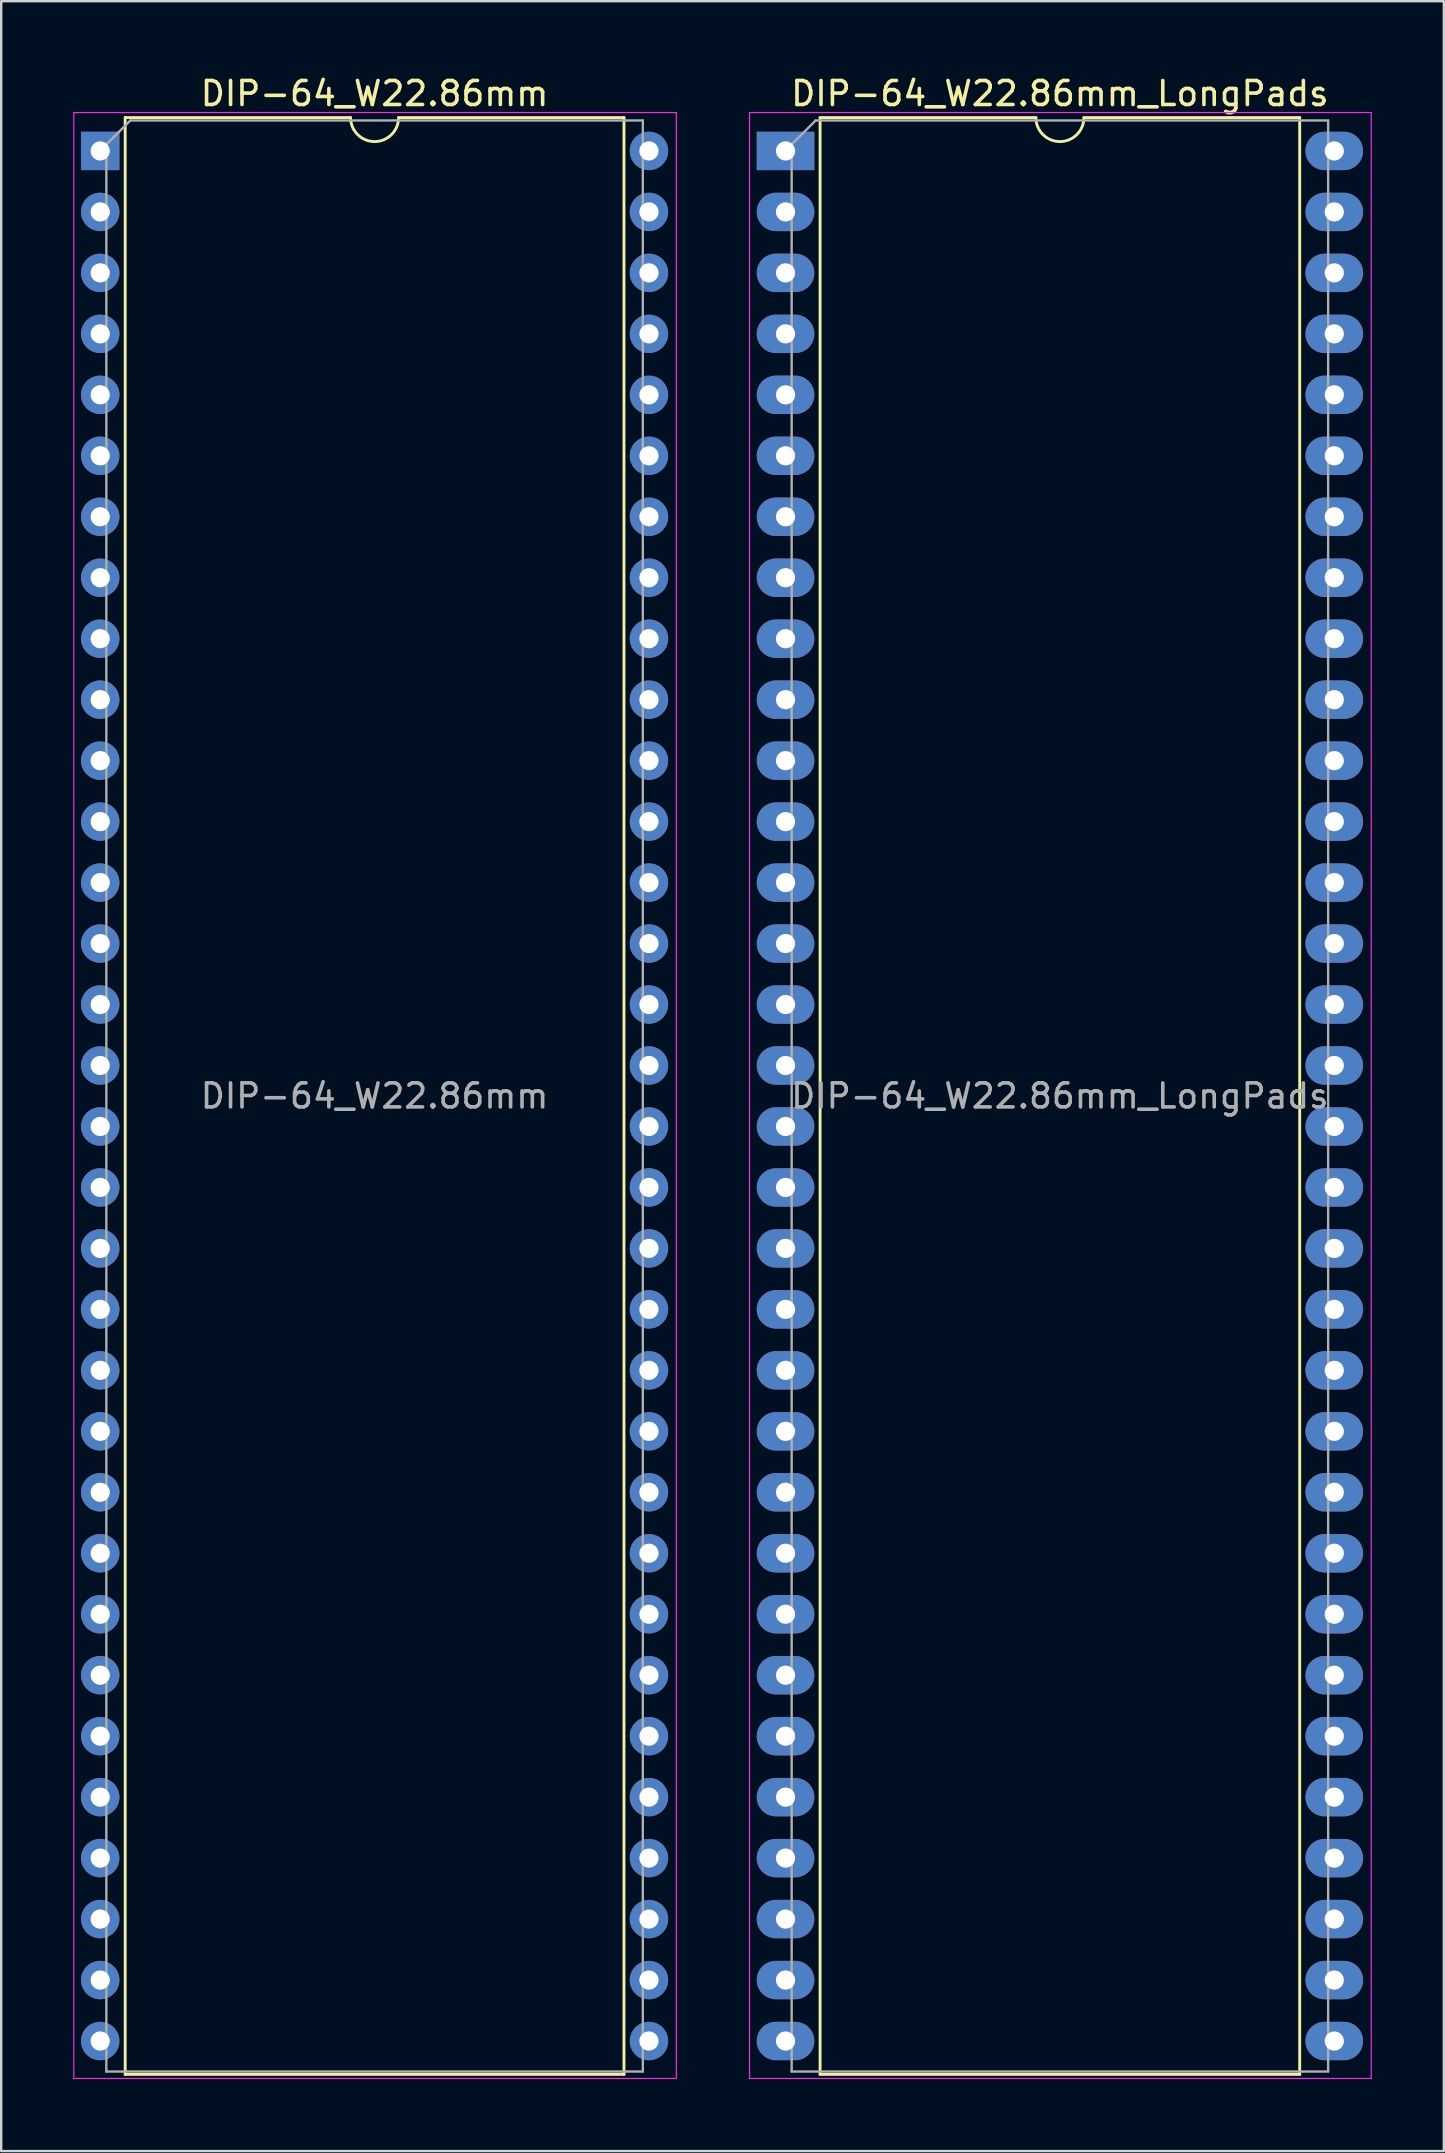
<source format=kicad_pcb>
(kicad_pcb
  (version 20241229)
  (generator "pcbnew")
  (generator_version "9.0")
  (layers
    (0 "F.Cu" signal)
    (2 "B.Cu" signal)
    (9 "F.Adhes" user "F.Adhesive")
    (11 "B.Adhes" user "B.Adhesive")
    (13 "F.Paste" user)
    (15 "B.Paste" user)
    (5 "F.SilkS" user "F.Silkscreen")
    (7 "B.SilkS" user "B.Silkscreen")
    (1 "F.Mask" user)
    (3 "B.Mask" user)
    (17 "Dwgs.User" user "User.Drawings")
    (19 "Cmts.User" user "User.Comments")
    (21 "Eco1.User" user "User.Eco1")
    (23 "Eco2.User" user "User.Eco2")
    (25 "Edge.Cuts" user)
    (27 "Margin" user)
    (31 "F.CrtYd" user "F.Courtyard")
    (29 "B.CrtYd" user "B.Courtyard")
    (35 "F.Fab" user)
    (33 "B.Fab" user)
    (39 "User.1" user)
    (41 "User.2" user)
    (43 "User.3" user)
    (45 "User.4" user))
  (footprint "DIP-64_W22.86mm"
    (layer "F.Cu")
    (at 1.125 3.238)
    (property "Reference" "DIP-64_W22.86mm" (at 11.43 -2.39 0) (layer "F.SilkS") (effects (font (size 1 1) (thickness 0.15))))
    (attr through_hole)
    (fp_line (start 1.04 -1.39) (end 1.04 80.13) (stroke (width 0.12) (type solid)) (layer "F.SilkS"))
    (fp_line (start 1.04 80.13) (end 21.82 80.13) (stroke (width 0.12) (type solid)) (layer "F.SilkS"))
    (fp_line (start 10.43 -1.39) (end 1.04 -1.39) (stroke (width 0.12) (type solid)) (layer "F.SilkS"))
    (fp_line (start 21.82 -1.39) (end 12.43 -1.39) (stroke (width 0.12) (type solid)) (layer "F.SilkS"))
    (fp_line (start 21.82 80.13) (end 21.82 -1.39) (stroke (width 0.12) (type solid)) (layer "F.SilkS"))
    (fp_arc (start 12.43 -1.39) (mid 11.43 -0.39) (end 10.43 -1.39) (stroke (width 0.12) (type solid)) (layer "F.SilkS"))
    (fp_line (start -1.1 -1.6) (end -1.1 80.3) (stroke (width 0.05) (type solid)) (layer "F.CrtYd"))
    (fp_line (start -1.1 80.3) (end 24 80.3) (stroke (width 0.05) (type solid)) (layer "F.CrtYd"))
    (fp_line (start 24 -1.6) (end -1.1 -1.6) (stroke (width 0.05) (type solid)) (layer "F.CrtYd"))
    (fp_line (start 24 80.3) (end 24 -1.6) (stroke (width 0.05) (type solid)) (layer "F.CrtYd"))
    (fp_line (start 0.255 -0.27) (end 1.255 -1.27) (stroke (width 0.1) (type solid)) (layer "F.Fab"))
    (fp_line (start 0.255 80.01) (end 0.255 -0.27) (stroke (width 0.1) (type solid)) (layer "F.Fab"))
    (fp_line (start 1.255 -1.27) (end 22.605 -1.27) (stroke (width 0.1) (type solid)) (layer "F.Fab"))
    (fp_line (start 22.605 -1.27) (end 22.605 80.01) (stroke (width 0.1) (type solid)) (layer "F.Fab"))
    (fp_line (start 22.605 80.01) (end 0.255 80.01) (stroke (width 0.1) (type solid)) (layer "F.Fab"))
    (fp_text user "${REFERENCE}" (at 11.43 39.37 0) (layer "F.Fab") (effects (font (size 1 1) (thickness 0.15))))
    (pad "1" thru_hole rect (at 0 0) (size 1.6 1.6) (drill 0.8) (layers "*.Cu" "*.Mask"))
    (pad "2" thru_hole oval (at 0 2.54) (size 1.6 1.6) (drill 0.8) (layers "*.Cu" "*.Mask"))
    (pad "3" thru_hole oval (at 0 5.08) (size 1.6 1.6) (drill 0.8) (layers "*.Cu" "*.Mask"))
    (pad "4" thru_hole oval (at 0 7.62) (size 1.6 1.6) (drill 0.8) (layers "*.Cu" "*.Mask"))
    (pad "5" thru_hole oval (at 0 10.16) (size 1.6 1.6) (drill 0.8) (layers "*.Cu" "*.Mask"))
    (pad "6" thru_hole oval (at 0 12.7) (size 1.6 1.6) (drill 0.8) (layers "*.Cu" "*.Mask"))
    (pad "7" thru_hole oval (at 0 15.24) (size 1.6 1.6) (drill 0.8) (layers "*.Cu" "*.Mask"))
    (pad "8" thru_hole oval (at 0 17.78) (size 1.6 1.6) (drill 0.8) (layers "*.Cu" "*.Mask"))
    (pad "9" thru_hole oval (at 0 20.32) (size 1.6 1.6) (drill 0.8) (layers "*.Cu" "*.Mask"))
    (pad "10" thru_hole oval (at 0 22.86) (size 1.6 1.6) (drill 0.8) (layers "*.Cu" "*.Mask"))
    (pad "11" thru_hole oval (at 0 25.4) (size 1.6 1.6) (drill 0.8) (layers "*.Cu" "*.Mask"))
    (pad "12" thru_hole oval (at 0 27.94) (size 1.6 1.6) (drill 0.8) (layers "*.Cu" "*.Mask"))
    (pad "13" thru_hole oval (at 0 30.48) (size 1.6 1.6) (drill 0.8) (layers "*.Cu" "*.Mask"))
    (pad "14" thru_hole oval (at 0 33.02) (size 1.6 1.6) (drill 0.8) (layers "*.Cu" "*.Mask"))
    (pad "15" thru_hole oval (at 0 35.56) (size 1.6 1.6) (drill 0.8) (layers "*.Cu" "*.Mask"))
    (pad "16" thru_hole oval (at 0 38.1) (size 1.6 1.6) (drill 0.8) (layers "*.Cu" "*.Mask"))
    (pad "17" thru_hole oval (at 0 40.64) (size 1.6 1.6) (drill 0.8) (layers "*.Cu" "*.Mask"))
    (pad "18" thru_hole oval (at 0 43.18) (size 1.6 1.6) (drill 0.8) (layers "*.Cu" "*.Mask"))
    (pad "19" thru_hole oval (at 0 45.72) (size 1.6 1.6) (drill 0.8) (layers "*.Cu" "*.Mask"))
    (pad "20" thru_hole oval (at 0 48.26) (size 1.6 1.6) (drill 0.8) (layers "*.Cu" "*.Mask"))
    (pad "21" thru_hole oval (at 0 50.8) (size 1.6 1.6) (drill 0.8) (layers "*.Cu" "*.Mask"))
    (pad "22" thru_hole oval (at 0 53.34) (size 1.6 1.6) (drill 0.8) (layers "*.Cu" "*.Mask"))
    (pad "23" thru_hole oval (at 0 55.88) (size 1.6 1.6) (drill 0.8) (layers "*.Cu" "*.Mask"))
    (pad "24" thru_hole oval (at 0 58.42) (size 1.6 1.6) (drill 0.8) (layers "*.Cu" "*.Mask"))
    (pad "25" thru_hole oval (at 0 60.96) (size 1.6 1.6) (drill 0.8) (layers "*.Cu" "*.Mask"))
    (pad "26" thru_hole oval (at 0 63.5) (size 1.6 1.6) (drill 0.8) (layers "*.Cu" "*.Mask"))
    (pad "27" thru_hole oval (at 0 66.04) (size 1.6 1.6) (drill 0.8) (layers "*.Cu" "*.Mask"))
    (pad "28" thru_hole oval (at 0 68.58) (size 1.6 1.6) (drill 0.8) (layers "*.Cu" "*.Mask"))
    (pad "29" thru_hole oval (at 0 71.12) (size 1.6 1.6) (drill 0.8) (layers "*.Cu" "*.Mask"))
    (pad "30" thru_hole oval (at 0 73.66) (size 1.6 1.6) (drill 0.8) (layers "*.Cu" "*.Mask"))
    (pad "31" thru_hole oval (at 0 76.2) (size 1.6 1.6) (drill 0.8) (layers "*.Cu" "*.Mask"))
    (pad "32" thru_hole oval (at 0 78.74) (size 1.6 1.6) (drill 0.8) (layers "*.Cu" "*.Mask"))
    (pad "33" thru_hole oval (at 22.86 78.74) (size 1.6 1.6) (drill 0.8) (layers "*.Cu" "*.Mask"))
    (pad "34" thru_hole oval (at 22.86 76.2) (size 1.6 1.6) (drill 0.8) (layers "*.Cu" "*.Mask"))
    (pad "35" thru_hole oval (at 22.86 73.66) (size 1.6 1.6) (drill 0.8) (layers "*.Cu" "*.Mask"))
    (pad "36" thru_hole oval (at 22.86 71.12) (size 1.6 1.6) (drill 0.8) (layers "*.Cu" "*.Mask"))
    (pad "37" thru_hole oval (at 22.86 68.58) (size 1.6 1.6) (drill 0.8) (layers "*.Cu" "*.Mask"))
    (pad "38" thru_hole oval (at 22.86 66.04) (size 1.6 1.6) (drill 0.8) (layers "*.Cu" "*.Mask"))
    (pad "39" thru_hole oval (at 22.86 63.5) (size 1.6 1.6) (drill 0.8) (layers "*.Cu" "*.Mask"))
    (pad "40" thru_hole oval (at 22.86 60.96) (size 1.6 1.6) (drill 0.8) (layers "*.Cu" "*.Mask"))
    (pad "41" thru_hole oval (at 22.86 58.42) (size 1.6 1.6) (drill 0.8) (layers "*.Cu" "*.Mask"))
    (pad "42" thru_hole oval (at 22.86 55.88) (size 1.6 1.6) (drill 0.8) (layers "*.Cu" "*.Mask"))
    (pad "43" thru_hole oval (at 22.86 53.34) (size 1.6 1.6) (drill 0.8) (layers "*.Cu" "*.Mask"))
    (pad "44" thru_hole oval (at 22.86 50.8) (size 1.6 1.6) (drill 0.8) (layers "*.Cu" "*.Mask"))
    (pad "45" thru_hole oval (at 22.86 48.26) (size 1.6 1.6) (drill 0.8) (layers "*.Cu" "*.Mask"))
    (pad "46" thru_hole oval (at 22.86 45.72) (size 1.6 1.6) (drill 0.8) (layers "*.Cu" "*.Mask"))
    (pad "47" thru_hole oval (at 22.86 43.18) (size 1.6 1.6) (drill 0.8) (layers "*.Cu" "*.Mask"))
    (pad "48" thru_hole oval (at 22.86 40.64) (size 1.6 1.6) (drill 0.8) (layers "*.Cu" "*.Mask"))
    (pad "49" thru_hole oval (at 22.86 38.1) (size 1.6 1.6) (drill 0.8) (layers "*.Cu" "*.Mask"))
    (pad "50" thru_hole oval (at 22.86 35.56) (size 1.6 1.6) (drill 0.8) (layers "*.Cu" "*.Mask"))
    (pad "51" thru_hole oval (at 22.86 33.02) (size 1.6 1.6) (drill 0.8) (layers "*.Cu" "*.Mask"))
    (pad "52" thru_hole oval (at 22.86 30.48) (size 1.6 1.6) (drill 0.8) (layers "*.Cu" "*.Mask"))
    (pad "53" thru_hole oval (at 22.86 27.94) (size 1.6 1.6) (drill 0.8) (layers "*.Cu" "*.Mask"))
    (pad "54" thru_hole oval (at 22.86 25.4) (size 1.6 1.6) (drill 0.8) (layers "*.Cu" "*.Mask"))
    (pad "55" thru_hole oval (at 22.86 22.86) (size 1.6 1.6) (drill 0.8) (layers "*.Cu" "*.Mask"))
    (pad "56" thru_hole oval (at 22.86 20.32) (size 1.6 1.6) (drill 0.8) (layers "*.Cu" "*.Mask"))
    (pad "57" thru_hole oval (at 22.86 17.78) (size 1.6 1.6) (drill 0.8) (layers "*.Cu" "*.Mask"))
    (pad "58" thru_hole oval (at 22.86 15.24) (size 1.6 1.6) (drill 0.8) (layers "*.Cu" "*.Mask"))
    (pad "59" thru_hole oval (at 22.86 12.7) (size 1.6 1.6) (drill 0.8) (layers "*.Cu" "*.Mask"))
    (pad "60" thru_hole oval (at 22.86 10.16) (size 1.6 1.6) (drill 0.8) (layers "*.Cu" "*.Mask"))
    (pad "61" thru_hole oval (at 22.86 7.62) (size 1.6 1.6) (drill 0.8) (layers "*.Cu" "*.Mask"))
    (pad "62" thru_hole oval (at 22.86 5.08) (size 1.6 1.6) (drill 0.8) (layers "*.Cu" "*.Mask"))
    (pad "63" thru_hole oval (at 22.86 2.54) (size 1.6 1.6) (drill 0.8) (layers "*.Cu" "*.Mask"))
    (pad "64" thru_hole oval (at 22.86 0) (size 1.6 1.6) (drill 0.8) (layers "*.Cu" "*.Mask")))
  (footprint "DIP-64_W22.86mm_LongPads"
    (layer "F.Cu")
    (at 29.675 3.238)
    (property "Reference" "DIP-64_W22.86mm_LongPads" (at 11.43 -2.39 0) (layer "F.SilkS") (effects (font (size 1 1) (thickness 0.15))))
    (attr through_hole)
    (fp_line (start 1.44 -1.39) (end 1.44 80.13) (stroke (width 0.12) (type solid)) (layer "F.SilkS"))
    (fp_line (start 1.44 80.13) (end 21.42 80.13) (stroke (width 0.12) (type solid)) (layer "F.SilkS"))
    (fp_line (start 10.43 -1.39) (end 1.44 -1.39) (stroke (width 0.12) (type solid)) (layer "F.SilkS"))
    (fp_line (start 21.42 -1.39) (end 12.43 -1.39) (stroke (width 0.12) (type solid)) (layer "F.SilkS"))
    (fp_line (start 21.42 80.13) (end 21.42 -1.39) (stroke (width 0.12) (type solid)) (layer "F.SilkS"))
    (fp_arc (start 12.43 -1.39) (mid 11.43 -0.39) (end 10.43 -1.39) (stroke (width 0.12) (type solid)) (layer "F.SilkS"))
    (fp_line (start -1.5 -1.6) (end -1.5 80.3) (stroke (width 0.05) (type solid)) (layer "F.CrtYd"))
    (fp_line (start -1.5 80.3) (end 24.4 80.3) (stroke (width 0.05) (type solid)) (layer "F.CrtYd"))
    (fp_line (start 24.4 -1.6) (end -1.5 -1.6) (stroke (width 0.05) (type solid)) (layer "F.CrtYd"))
    (fp_line (start 24.4 80.3) (end 24.4 -1.6) (stroke (width 0.05) (type solid)) (layer "F.CrtYd"))
    (fp_line (start 0.255 -0.27) (end 1.255 -1.27) (stroke (width 0.1) (type solid)) (layer "F.Fab"))
    (fp_line (start 0.255 80.01) (end 0.255 -0.27) (stroke (width 0.1) (type solid)) (layer "F.Fab"))
    (fp_line (start 1.255 -1.27) (end 22.605 -1.27) (stroke (width 0.1) (type solid)) (layer "F.Fab"))
    (fp_line (start 22.605 -1.27) (end 22.605 80.01) (stroke (width 0.1) (type solid)) (layer "F.Fab"))
    (fp_line (start 22.605 80.01) (end 0.255 80.01) (stroke (width 0.1) (type solid)) (layer "F.Fab"))
    (fp_text user "${REFERENCE}" (at 11.43 39.37 0) (layer "F.Fab") (effects (font (size 1 1) (thickness 0.15))))
    (pad "1" thru_hole rect (at 0 0) (size 2.4 1.6) (drill 0.8) (layers "*.Cu" "*.Mask"))
    (pad "2" thru_hole oval (at 0 2.54) (size 2.4 1.6) (drill 0.8) (layers "*.Cu" "*.Mask"))
    (pad "3" thru_hole oval (at 0 5.08) (size 2.4 1.6) (drill 0.8) (layers "*.Cu" "*.Mask"))
    (pad "4" thru_hole oval (at 0 7.62) (size 2.4 1.6) (drill 0.8) (layers "*.Cu" "*.Mask"))
    (pad "5" thru_hole oval (at 0 10.16) (size 2.4 1.6) (drill 0.8) (layers "*.Cu" "*.Mask"))
    (pad "6" thru_hole oval (at 0 12.7) (size 2.4 1.6) (drill 0.8) (layers "*.Cu" "*.Mask"))
    (pad "7" thru_hole oval (at 0 15.24) (size 2.4 1.6) (drill 0.8) (layers "*.Cu" "*.Mask"))
    (pad "8" thru_hole oval (at 0 17.78) (size 2.4 1.6) (drill 0.8) (layers "*.Cu" "*.Mask"))
    (pad "9" thru_hole oval (at 0 20.32) (size 2.4 1.6) (drill 0.8) (layers "*.Cu" "*.Mask"))
    (pad "10" thru_hole oval (at 0 22.86) (size 2.4 1.6) (drill 0.8) (layers "*.Cu" "*.Mask"))
    (pad "11" thru_hole oval (at 0 25.4) (size 2.4 1.6) (drill 0.8) (layers "*.Cu" "*.Mask"))
    (pad "12" thru_hole oval (at 0 27.94) (size 2.4 1.6) (drill 0.8) (layers "*.Cu" "*.Mask"))
    (pad "13" thru_hole oval (at 0 30.48) (size 2.4 1.6) (drill 0.8) (layers "*.Cu" "*.Mask"))
    (pad "14" thru_hole oval (at 0 33.02) (size 2.4 1.6) (drill 0.8) (layers "*.Cu" "*.Mask"))
    (pad "15" thru_hole oval (at 0 35.56) (size 2.4 1.6) (drill 0.8) (layers "*.Cu" "*.Mask"))
    (pad "16" thru_hole oval (at 0 38.1) (size 2.4 1.6) (drill 0.8) (layers "*.Cu" "*.Mask"))
    (pad "17" thru_hole oval (at 0 40.64) (size 2.4 1.6) (drill 0.8) (layers "*.Cu" "*.Mask"))
    (pad "18" thru_hole oval (at 0 43.18) (size 2.4 1.6) (drill 0.8) (layers "*.Cu" "*.Mask"))
    (pad "19" thru_hole oval (at 0 45.72) (size 2.4 1.6) (drill 0.8) (layers "*.Cu" "*.Mask"))
    (pad "20" thru_hole oval (at 0 48.26) (size 2.4 1.6) (drill 0.8) (layers "*.Cu" "*.Mask"))
    (pad "21" thru_hole oval (at 0 50.8) (size 2.4 1.6) (drill 0.8) (layers "*.Cu" "*.Mask"))
    (pad "22" thru_hole oval (at 0 53.34) (size 2.4 1.6) (drill 0.8) (layers "*.Cu" "*.Mask"))
    (pad "23" thru_hole oval (at 0 55.88) (size 2.4 1.6) (drill 0.8) (layers "*.Cu" "*.Mask"))
    (pad "24" thru_hole oval (at 0 58.42) (size 2.4 1.6) (drill 0.8) (layers "*.Cu" "*.Mask"))
    (pad "25" thru_hole oval (at 0 60.96) (size 2.4 1.6) (drill 0.8) (layers "*.Cu" "*.Mask"))
    (pad "26" thru_hole oval (at 0 63.5) (size 2.4 1.6) (drill 0.8) (layers "*.Cu" "*.Mask"))
    (pad "27" thru_hole oval (at 0 66.04) (size 2.4 1.6) (drill 0.8) (layers "*.Cu" "*.Mask"))
    (pad "28" thru_hole oval (at 0 68.58) (size 2.4 1.6) (drill 0.8) (layers "*.Cu" "*.Mask"))
    (pad "29" thru_hole oval (at 0 71.12) (size 2.4 1.6) (drill 0.8) (layers "*.Cu" "*.Mask"))
    (pad "30" thru_hole oval (at 0 73.66) (size 2.4 1.6) (drill 0.8) (layers "*.Cu" "*.Mask"))
    (pad "31" thru_hole oval (at 0 76.2) (size 2.4 1.6) (drill 0.8) (layers "*.Cu" "*.Mask"))
    (pad "32" thru_hole oval (at 0 78.74) (size 2.4 1.6) (drill 0.8) (layers "*.Cu" "*.Mask"))
    (pad "33" thru_hole oval (at 22.86 78.74) (size 2.4 1.6) (drill 0.8) (layers "*.Cu" "*.Mask"))
    (pad "34" thru_hole oval (at 22.86 76.2) (size 2.4 1.6) (drill 0.8) (layers "*.Cu" "*.Mask"))
    (pad "35" thru_hole oval (at 22.86 73.66) (size 2.4 1.6) (drill 0.8) (layers "*.Cu" "*.Mask"))
    (pad "36" thru_hole oval (at 22.86 71.12) (size 2.4 1.6) (drill 0.8) (layers "*.Cu" "*.Mask"))
    (pad "37" thru_hole oval (at 22.86 68.58) (size 2.4 1.6) (drill 0.8) (layers "*.Cu" "*.Mask"))
    (pad "38" thru_hole oval (at 22.86 66.04) (size 2.4 1.6) (drill 0.8) (layers "*.Cu" "*.Mask"))
    (pad "39" thru_hole oval (at 22.86 63.5) (size 2.4 1.6) (drill 0.8) (layers "*.Cu" "*.Mask"))
    (pad "40" thru_hole oval (at 22.86 60.96) (size 2.4 1.6) (drill 0.8) (layers "*.Cu" "*.Mask"))
    (pad "41" thru_hole oval (at 22.86 58.42) (size 2.4 1.6) (drill 0.8) (layers "*.Cu" "*.Mask"))
    (pad "42" thru_hole oval (at 22.86 55.88) (size 2.4 1.6) (drill 0.8) (layers "*.Cu" "*.Mask"))
    (pad "43" thru_hole oval (at 22.86 53.34) (size 2.4 1.6) (drill 0.8) (layers "*.Cu" "*.Mask"))
    (pad "44" thru_hole oval (at 22.86 50.8) (size 2.4 1.6) (drill 0.8) (layers "*.Cu" "*.Mask"))
    (pad "45" thru_hole oval (at 22.86 48.26) (size 2.4 1.6) (drill 0.8) (layers "*.Cu" "*.Mask"))
    (pad "46" thru_hole oval (at 22.86 45.72) (size 2.4 1.6) (drill 0.8) (layers "*.Cu" "*.Mask"))
    (pad "47" thru_hole oval (at 22.86 43.18) (size 2.4 1.6) (drill 0.8) (layers "*.Cu" "*.Mask"))
    (pad "48" thru_hole oval (at 22.86 40.64) (size 2.4 1.6) (drill 0.8) (layers "*.Cu" "*.Mask"))
    (pad "49" thru_hole oval (at 22.86 38.1) (size 2.4 1.6) (drill 0.8) (layers "*.Cu" "*.Mask"))
    (pad "50" thru_hole oval (at 22.86 35.56) (size 2.4 1.6) (drill 0.8) (layers "*.Cu" "*.Mask"))
    (pad "51" thru_hole oval (at 22.86 33.02) (size 2.4 1.6) (drill 0.8) (layers "*.Cu" "*.Mask"))
    (pad "52" thru_hole oval (at 22.86 30.48) (size 2.4 1.6) (drill 0.8) (layers "*.Cu" "*.Mask"))
    (pad "53" thru_hole oval (at 22.86 27.94) (size 2.4 1.6) (drill 0.8) (layers "*.Cu" "*.Mask"))
    (pad "54" thru_hole oval (at 22.86 25.4) (size 2.4 1.6) (drill 0.8) (layers "*.Cu" "*.Mask"))
    (pad "55" thru_hole oval (at 22.86 22.86) (size 2.4 1.6) (drill 0.8) (layers "*.Cu" "*.Mask"))
    (pad "56" thru_hole oval (at 22.86 20.32) (size 2.4 1.6) (drill 0.8) (layers "*.Cu" "*.Mask"))
    (pad "57" thru_hole oval (at 22.86 17.78) (size 2.4 1.6) (drill 0.8) (layers "*.Cu" "*.Mask"))
    (pad "58" thru_hole oval (at 22.86 15.24) (size 2.4 1.6) (drill 0.8) (layers "*.Cu" "*.Mask"))
    (pad "59" thru_hole oval (at 22.86 12.7) (size 2.4 1.6) (drill 0.8) (layers "*.Cu" "*.Mask"))
    (pad "60" thru_hole oval (at 22.86 10.16) (size 2.4 1.6) (drill 0.8) (layers "*.Cu" "*.Mask"))
    (pad "61" thru_hole oval (at 22.86 7.62) (size 2.4 1.6) (drill 0.8) (layers "*.Cu" "*.Mask"))
    (pad "62" thru_hole oval (at 22.86 5.08) (size 2.4 1.6) (drill 0.8) (layers "*.Cu" "*.Mask"))
    (pad "63" thru_hole oval (at 22.86 2.54) (size 2.4 1.6) (drill 0.8) (layers "*.Cu" "*.Mask"))
    (pad "64" thru_hole oval (at 22.86 0) (size 2.4 1.6) (drill 0.8) (layers "*.Cu" "*.Mask")))
  (gr_rect
    (start -3 -3)
    (end 57.1 86.563)
    (stroke (width 0.1) (type default))
    (fill no)
    (layer "Edge.Cuts")))
</source>
